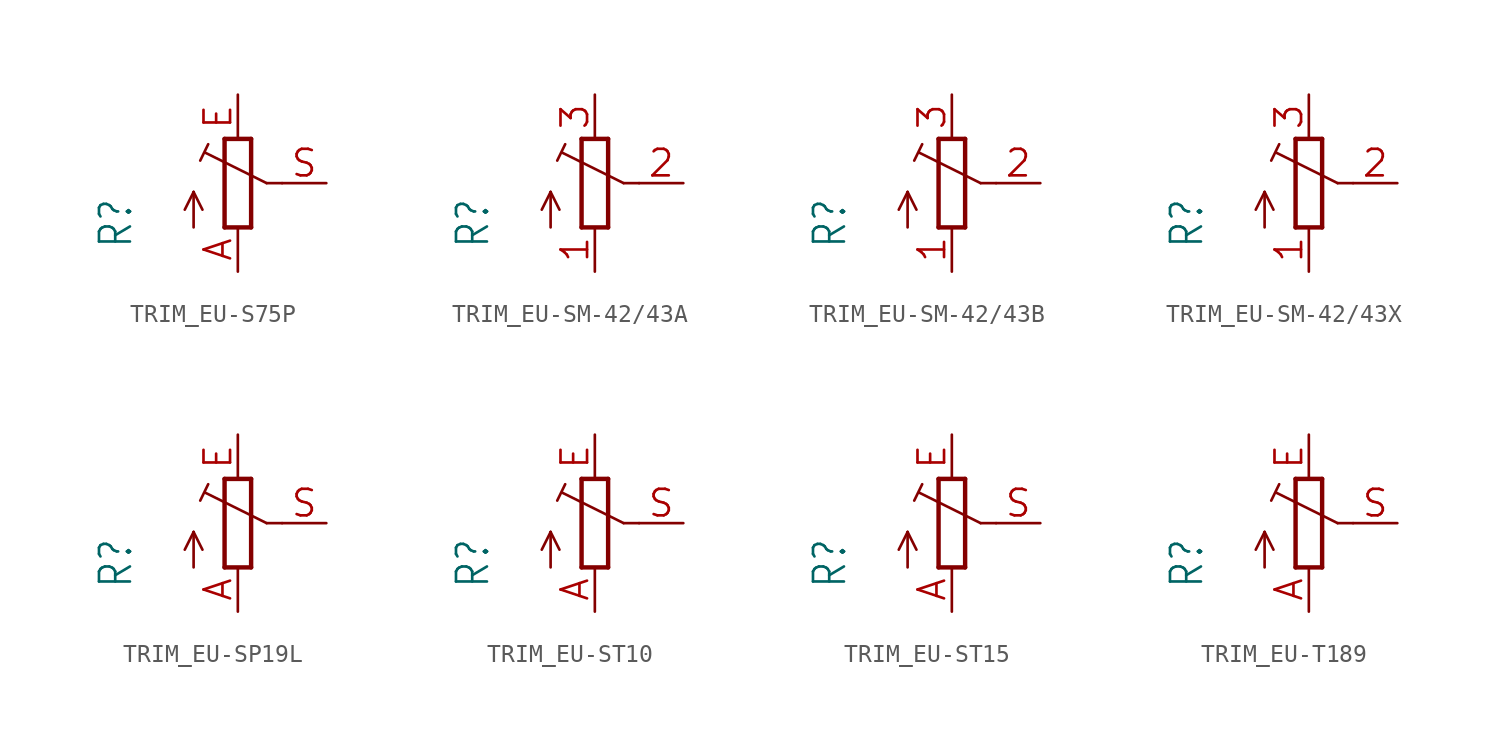
<source format=kicad_sym>
(kicad_symbol_lib
  (version 20241209)
  (generator "kicad_symbol_editor")
  (generator_version "9.0")
  (symbol "TRIM_EU-S75P"
    (property "Reference" "R"
      (at -5.969 -3.81 90)
      (effects (font (size 1.778 1.511)) (justify left bottom)))
    (property "Value" ""
      (at -3.81 -3.81 90)
      (effects (font (size 1.778 1.511)) (justify left bottom)))
    (property "ki_locked" ""
      (at 0 0 0)
      (effects (font (size 1.27 1.27))))
    (symbol "TRIM_EU-S75P_1_0"
      (polyline (pts (xy -2.54 -0.508) (xy -3.048 -1.524)) (stroke (width 0.152) (type solid)) (fill (type none)))
      (polyline (pts (xy -2.54 -0.508) (xy -2.032 -1.524)) (stroke (width 0.152) (type solid)) (fill (type none)))
      (polyline (pts (xy -2.54 -2.54) (xy -2.54 -0.508)) (stroke (width 0.152) (type solid)) (fill (type none)))
      (polyline (pts (xy -2.16 1.294) (xy -1.702 2.235)) (stroke (width 0.152) (type solid)) (fill (type none)))
      (polyline (pts (xy -0.762 2.54) (xy -0.762 -2.54)) (stroke (width 0.254) (type solid)) (fill (type none)))
      (polyline (pts (xy -0.762 -2.54) (xy 0.762 -2.54)) (stroke (width 0.254) (type solid)) (fill (type none)))
      (polyline (pts (xy 0.762 2.54) (xy -0.762 2.54)) (stroke (width 0.254) (type solid)) (fill (type none)))
      (polyline (pts (xy 0.762 -2.54) (xy 0.762 2.54)) (stroke (width 0.254) (type solid)) (fill (type none)))
      (polyline (pts (xy 1.651 0) (xy -1.88 1.753)) (stroke (width 0.152) (type solid)) (fill (type none)))
      (polyline (pts (xy 2.54 0) (xy 1.651 0)) (stroke (width 0.152) (type solid)) (fill (type none)))
      (pin passive line (at 0 5.08 270) (length 2.54) (name "E" (effects (font (size 0 0)))) (number "E" (effects (font (size 1.524 1.524)))))
      (pin passive line (at 0 -5.08 90) (length 2.54) (name "A" (effects (font (size 0 0)))) (number "A" (effects (font (size 1.524 1.524)))))
      (pin passive line (at 5.08 0 180) (length 2.54) (name "S" (effects (font (size 0 0)))) (number "S" (effects (font (size 1.524 1.524)))))))
  (symbol "TRIM_EU-SM-42/43A"
    (property "Reference" "R"
      (at -5.969 -3.81 90)
      (effects (font (size 1.778 1.511)) (justify left bottom)))
    (property "Value" ""
      (at -3.81 -3.81 90)
      (effects (font (size 1.778 1.511)) (justify left bottom)))
    (property "ki_locked" ""
      (at 0 0 0)
      (effects (font (size 1.27 1.27))))
    (symbol "TRIM_EU-SM-42/43A_1_0"
      (polyline (pts (xy -2.54 -0.508) (xy -3.048 -1.524)) (stroke (width 0.152) (type solid)) (fill (type none)))
      (polyline (pts (xy -2.54 -0.508) (xy -2.032 -1.524)) (stroke (width 0.152) (type solid)) (fill (type none)))
      (polyline (pts (xy -2.54 -2.54) (xy -2.54 -0.508)) (stroke (width 0.152) (type solid)) (fill (type none)))
      (polyline (pts (xy -2.16 1.294) (xy -1.702 2.235)) (stroke (width 0.152) (type solid)) (fill (type none)))
      (polyline (pts (xy -0.762 2.54) (xy -0.762 -2.54)) (stroke (width 0.254) (type solid)) (fill (type none)))
      (polyline (pts (xy -0.762 -2.54) (xy 0.762 -2.54)) (stroke (width 0.254) (type solid)) (fill (type none)))
      (polyline (pts (xy 0.762 2.54) (xy -0.762 2.54)) (stroke (width 0.254) (type solid)) (fill (type none)))
      (polyline (pts (xy 0.762 -2.54) (xy 0.762 2.54)) (stroke (width 0.254) (type solid)) (fill (type none)))
      (polyline (pts (xy 1.651 0) (xy -1.88 1.753)) (stroke (width 0.152) (type solid)) (fill (type none)))
      (polyline (pts (xy 2.54 0) (xy 1.651 0)) (stroke (width 0.152) (type solid)) (fill (type none)))
      (pin passive line (at 0 5.08 270) (length 2.54) (name "E" (effects (font (size 0 0)))) (number "3" (effects (font (size 1.524 1.524)))))
      (pin passive line (at 0 -5.08 90) (length 2.54) (name "A" (effects (font (size 0 0)))) (number "1" (effects (font (size 1.524 1.524)))))
      (pin passive line (at 5.08 0 180) (length 2.54) (name "S" (effects (font (size 0 0)))) (number "2" (effects (font (size 1.524 1.524)))))))
  (symbol "TRIM_EU-SM-42/43B"
    (property "Reference" "R"
      (at -5.969 -3.81 90)
      (effects (font (size 1.778 1.511)) (justify left bottom)))
    (property "Value" ""
      (at -3.81 -3.81 90)
      (effects (font (size 1.778 1.511)) (justify left bottom)))
    (property "ki_locked" ""
      (at 0 0 0)
      (effects (font (size 1.27 1.27))))
    (symbol "TRIM_EU-SM-42/43B_1_0"
      (polyline (pts (xy -2.54 -0.508) (xy -3.048 -1.524)) (stroke (width 0.152) (type solid)) (fill (type none)))
      (polyline (pts (xy -2.54 -0.508) (xy -2.032 -1.524)) (stroke (width 0.152) (type solid)) (fill (type none)))
      (polyline (pts (xy -2.54 -2.54) (xy -2.54 -0.508)) (stroke (width 0.152) (type solid)) (fill (type none)))
      (polyline (pts (xy -2.16 1.294) (xy -1.702 2.235)) (stroke (width 0.152) (type solid)) (fill (type none)))
      (polyline (pts (xy -0.762 2.54) (xy -0.762 -2.54)) (stroke (width 0.254) (type solid)) (fill (type none)))
      (polyline (pts (xy -0.762 -2.54) (xy 0.762 -2.54)) (stroke (width 0.254) (type solid)) (fill (type none)))
      (polyline (pts (xy 0.762 2.54) (xy -0.762 2.54)) (stroke (width 0.254) (type solid)) (fill (type none)))
      (polyline (pts (xy 0.762 -2.54) (xy 0.762 2.54)) (stroke (width 0.254) (type solid)) (fill (type none)))
      (polyline (pts (xy 1.651 0) (xy -1.88 1.753)) (stroke (width 0.152) (type solid)) (fill (type none)))
      (polyline (pts (xy 2.54 0) (xy 1.651 0)) (stroke (width 0.152) (type solid)) (fill (type none)))
      (pin passive line (at 0 5.08 270) (length 2.54) (name "E" (effects (font (size 0 0)))) (number "3" (effects (font (size 1.524 1.524)))))
      (pin passive line (at 0 -5.08 90) (length 2.54) (name "A" (effects (font (size 0 0)))) (number "1" (effects (font (size 1.524 1.524)))))
      (pin passive line (at 5.08 0 180) (length 2.54) (name "S" (effects (font (size 0 0)))) (number "2" (effects (font (size 1.524 1.524)))))))
  (symbol "TRIM_EU-SM-42/43X"
    (property "Reference" "R"
      (at -5.969 -3.81 90)
      (effects (font (size 1.778 1.511)) (justify left bottom)))
    (property "Value" ""
      (at -3.81 -3.81 90)
      (effects (font (size 1.778 1.511)) (justify left bottom)))
    (property "ki_locked" ""
      (at 0 0 0)
      (effects (font (size 1.27 1.27))))
    (symbol "TRIM_EU-SM-42/43X_1_0"
      (polyline (pts (xy -2.54 -0.508) (xy -3.048 -1.524)) (stroke (width 0.152) (type solid)) (fill (type none)))
      (polyline (pts (xy -2.54 -0.508) (xy -2.032 -1.524)) (stroke (width 0.152) (type solid)) (fill (type none)))
      (polyline (pts (xy -2.54 -2.54) (xy -2.54 -0.508)) (stroke (width 0.152) (type solid)) (fill (type none)))
      (polyline (pts (xy -2.16 1.294) (xy -1.702 2.235)) (stroke (width 0.152) (type solid)) (fill (type none)))
      (polyline (pts (xy -0.762 2.54) (xy -0.762 -2.54)) (stroke (width 0.254) (type solid)) (fill (type none)))
      (polyline (pts (xy -0.762 -2.54) (xy 0.762 -2.54)) (stroke (width 0.254) (type solid)) (fill (type none)))
      (polyline (pts (xy 0.762 2.54) (xy -0.762 2.54)) (stroke (width 0.254) (type solid)) (fill (type none)))
      (polyline (pts (xy 0.762 -2.54) (xy 0.762 2.54)) (stroke (width 0.254) (type solid)) (fill (type none)))
      (polyline (pts (xy 1.651 0) (xy -1.88 1.753)) (stroke (width 0.152) (type solid)) (fill (type none)))
      (polyline (pts (xy 2.54 0) (xy 1.651 0)) (stroke (width 0.152) (type solid)) (fill (type none)))
      (pin passive line (at 0 5.08 270) (length 2.54) (name "E" (effects (font (size 0 0)))) (number "3" (effects (font (size 1.524 1.524)))))
      (pin passive line (at 0 -5.08 90) (length 2.54) (name "A" (effects (font (size 0 0)))) (number "1" (effects (font (size 1.524 1.524)))))
      (pin passive line (at 5.08 0 180) (length 2.54) (name "S" (effects (font (size 0 0)))) (number "2" (effects (font (size 1.524 1.524)))))))
  (symbol "TRIM_EU-SP19L"
    (property "Reference" "R"
      (at -5.969 -3.81 90)
      (effects (font (size 1.778 1.511)) (justify left bottom)))
    (property "Value" ""
      (at -3.81 -3.81 90)
      (effects (font (size 1.778 1.511)) (justify left bottom)))
    (property "ki_locked" ""
      (at 0 0 0)
      (effects (font (size 1.27 1.27))))
    (symbol "TRIM_EU-SP19L_1_0"
      (polyline (pts (xy -2.54 -0.508) (xy -3.048 -1.524)) (stroke (width 0.152) (type solid)) (fill (type none)))
      (polyline (pts (xy -2.54 -0.508) (xy -2.032 -1.524)) (stroke (width 0.152) (type solid)) (fill (type none)))
      (polyline (pts (xy -2.54 -2.54) (xy -2.54 -0.508)) (stroke (width 0.152) (type solid)) (fill (type none)))
      (polyline (pts (xy -2.16 1.294) (xy -1.702 2.235)) (stroke (width 0.152) (type solid)) (fill (type none)))
      (polyline (pts (xy -0.762 2.54) (xy -0.762 -2.54)) (stroke (width 0.254) (type solid)) (fill (type none)))
      (polyline (pts (xy -0.762 -2.54) (xy 0.762 -2.54)) (stroke (width 0.254) (type solid)) (fill (type none)))
      (polyline (pts (xy 0.762 2.54) (xy -0.762 2.54)) (stroke (width 0.254) (type solid)) (fill (type none)))
      (polyline (pts (xy 0.762 -2.54) (xy 0.762 2.54)) (stroke (width 0.254) (type solid)) (fill (type none)))
      (polyline (pts (xy 1.651 0) (xy -1.88 1.753)) (stroke (width 0.152) (type solid)) (fill (type none)))
      (polyline (pts (xy 2.54 0) (xy 1.651 0)) (stroke (width 0.152) (type solid)) (fill (type none)))
      (pin passive line (at 0 5.08 270) (length 2.54) (name "E" (effects (font (size 0 0)))) (number "E" (effects (font (size 1.524 1.524)))))
      (pin passive line (at 0 -5.08 90) (length 2.54) (name "A" (effects (font (size 0 0)))) (number "A" (effects (font (size 1.524 1.524)))))
      (pin passive line (at 5.08 0 180) (length 2.54) (name "S" (effects (font (size 0 0)))) (number "S" (effects (font (size 1.524 1.524)))))))
  (symbol "TRIM_EU-ST10"
    (property "Reference" "R"
      (at -5.969 -3.81 90)
      (effects (font (size 1.778 1.511)) (justify left bottom)))
    (property "Value" ""
      (at -3.81 -3.81 90)
      (effects (font (size 1.778 1.511)) (justify left bottom)))
    (property "ki_locked" ""
      (at 0 0 0)
      (effects (font (size 1.27 1.27))))
    (symbol "TRIM_EU-ST10_1_0"
      (polyline (pts (xy -2.54 -0.508) (xy -3.048 -1.524)) (stroke (width 0.152) (type solid)) (fill (type none)))
      (polyline (pts (xy -2.54 -0.508) (xy -2.032 -1.524)) (stroke (width 0.152) (type solid)) (fill (type none)))
      (polyline (pts (xy -2.54 -2.54) (xy -2.54 -0.508)) (stroke (width 0.152) (type solid)) (fill (type none)))
      (polyline (pts (xy -2.16 1.294) (xy -1.702 2.235)) (stroke (width 0.152) (type solid)) (fill (type none)))
      (polyline (pts (xy -0.762 2.54) (xy -0.762 -2.54)) (stroke (width 0.254) (type solid)) (fill (type none)))
      (polyline (pts (xy -0.762 -2.54) (xy 0.762 -2.54)) (stroke (width 0.254) (type solid)) (fill (type none)))
      (polyline (pts (xy 0.762 2.54) (xy -0.762 2.54)) (stroke (width 0.254) (type solid)) (fill (type none)))
      (polyline (pts (xy 0.762 -2.54) (xy 0.762 2.54)) (stroke (width 0.254) (type solid)) (fill (type none)))
      (polyline (pts (xy 1.651 0) (xy -1.88 1.753)) (stroke (width 0.152) (type solid)) (fill (type none)))
      (polyline (pts (xy 2.54 0) (xy 1.651 0)) (stroke (width 0.152) (type solid)) (fill (type none)))
      (pin passive line (at 0 5.08 270) (length 2.54) (name "E" (effects (font (size 0 0)))) (number "E" (effects (font (size 1.524 1.524)))))
      (pin passive line (at 0 -5.08 90) (length 2.54) (name "A" (effects (font (size 0 0)))) (number "A" (effects (font (size 1.524 1.524)))))
      (pin passive line (at 5.08 0 180) (length 2.54) (name "S" (effects (font (size 0 0)))) (number "S" (effects (font (size 1.524 1.524)))))))
  (symbol "TRIM_EU-ST15"
    (property "Reference" "R"
      (at -5.969 -3.81 90)
      (effects (font (size 1.778 1.511)) (justify left bottom)))
    (property "Value" ""
      (at -3.81 -3.81 90)
      (effects (font (size 1.778 1.511)) (justify left bottom)))
    (property "ki_locked" ""
      (at 0 0 0)
      (effects (font (size 1.27 1.27))))
    (symbol "TRIM_EU-ST15_1_0"
      (polyline (pts (xy -2.54 -0.508) (xy -3.048 -1.524)) (stroke (width 0.152) (type solid)) (fill (type none)))
      (polyline (pts (xy -2.54 -0.508) (xy -2.032 -1.524)) (stroke (width 0.152) (type solid)) (fill (type none)))
      (polyline (pts (xy -2.54 -2.54) (xy -2.54 -0.508)) (stroke (width 0.152) (type solid)) (fill (type none)))
      (polyline (pts (xy -2.16 1.294) (xy -1.702 2.235)) (stroke (width 0.152) (type solid)) (fill (type none)))
      (polyline (pts (xy -0.762 2.54) (xy -0.762 -2.54)) (stroke (width 0.254) (type solid)) (fill (type none)))
      (polyline (pts (xy -0.762 -2.54) (xy 0.762 -2.54)) (stroke (width 0.254) (type solid)) (fill (type none)))
      (polyline (pts (xy 0.762 2.54) (xy -0.762 2.54)) (stroke (width 0.254) (type solid)) (fill (type none)))
      (polyline (pts (xy 0.762 -2.54) (xy 0.762 2.54)) (stroke (width 0.254) (type solid)) (fill (type none)))
      (polyline (pts (xy 1.651 0) (xy -1.88 1.753)) (stroke (width 0.152) (type solid)) (fill (type none)))
      (polyline (pts (xy 2.54 0) (xy 1.651 0)) (stroke (width 0.152) (type solid)) (fill (type none)))
      (pin passive line (at 0 5.08 270) (length 2.54) (name "E" (effects (font (size 0 0)))) (number "E" (effects (font (size 1.524 1.524)))))
      (pin passive line (at 0 -5.08 90) (length 2.54) (name "A" (effects (font (size 0 0)))) (number "A" (effects (font (size 1.524 1.524)))))
      (pin passive line (at 5.08 0 180) (length 2.54) (name "S" (effects (font (size 0 0)))) (number "S" (effects (font (size 1.524 1.524)))))))
  (symbol "TRIM_EU-T189"
    (property "Reference" "R"
      (at -5.969 -3.81 90)
      (effects (font (size 1.778 1.511)) (justify left bottom)))
    (property "Value" ""
      (at -3.81 -3.81 90)
      (effects (font (size 1.778 1.511)) (justify left bottom)))
    (property "ki_locked" ""
      (at 0 0 0)
      (effects (font (size 1.27 1.27))))
    (symbol "TRIM_EU-T189_1_0"
      (polyline (pts (xy -2.54 -0.508) (xy -3.048 -1.524)) (stroke (width 0.152) (type solid)) (fill (type none)))
      (polyline (pts (xy -2.54 -0.508) (xy -2.032 -1.524)) (stroke (width 0.152) (type solid)) (fill (type none)))
      (polyline (pts (xy -2.54 -2.54) (xy -2.54 -0.508)) (stroke (width 0.152) (type solid)) (fill (type none)))
      (polyline (pts (xy -2.16 1.294) (xy -1.702 2.235)) (stroke (width 0.152) (type solid)) (fill (type none)))
      (polyline (pts (xy -0.762 2.54) (xy -0.762 -2.54)) (stroke (width 0.254) (type solid)) (fill (type none)))
      (polyline (pts (xy -0.762 -2.54) (xy 0.762 -2.54)) (stroke (width 0.254) (type solid)) (fill (type none)))
      (polyline (pts (xy 0.762 2.54) (xy -0.762 2.54)) (stroke (width 0.254) (type solid)) (fill (type none)))
      (polyline (pts (xy 0.762 -2.54) (xy 0.762 2.54)) (stroke (width 0.254) (type solid)) (fill (type none)))
      (polyline (pts (xy 1.651 0) (xy -1.88 1.753)) (stroke (width 0.152) (type solid)) (fill (type none)))
      (polyline (pts (xy 2.54 0) (xy 1.651 0)) (stroke (width 0.152) (type solid)) (fill (type none)))
      (pin passive line (at 0 5.08 270) (length 2.54) (name "E" (effects (font (size 0 0)))) (number "E" (effects (font (size 1.524 1.524)))))
      (pin passive line (at 0 -5.08 90) (length 2.54) (name "A" (effects (font (size 0 0)))) (number "A" (effects (font (size 1.524 1.524)))))
      (pin passive line (at 5.08 0 180) (length 2.54) (name "S" (effects (font (size 0 0)))) (number "S" (effects (font (size 1.524 1.524))))))))
</source>
